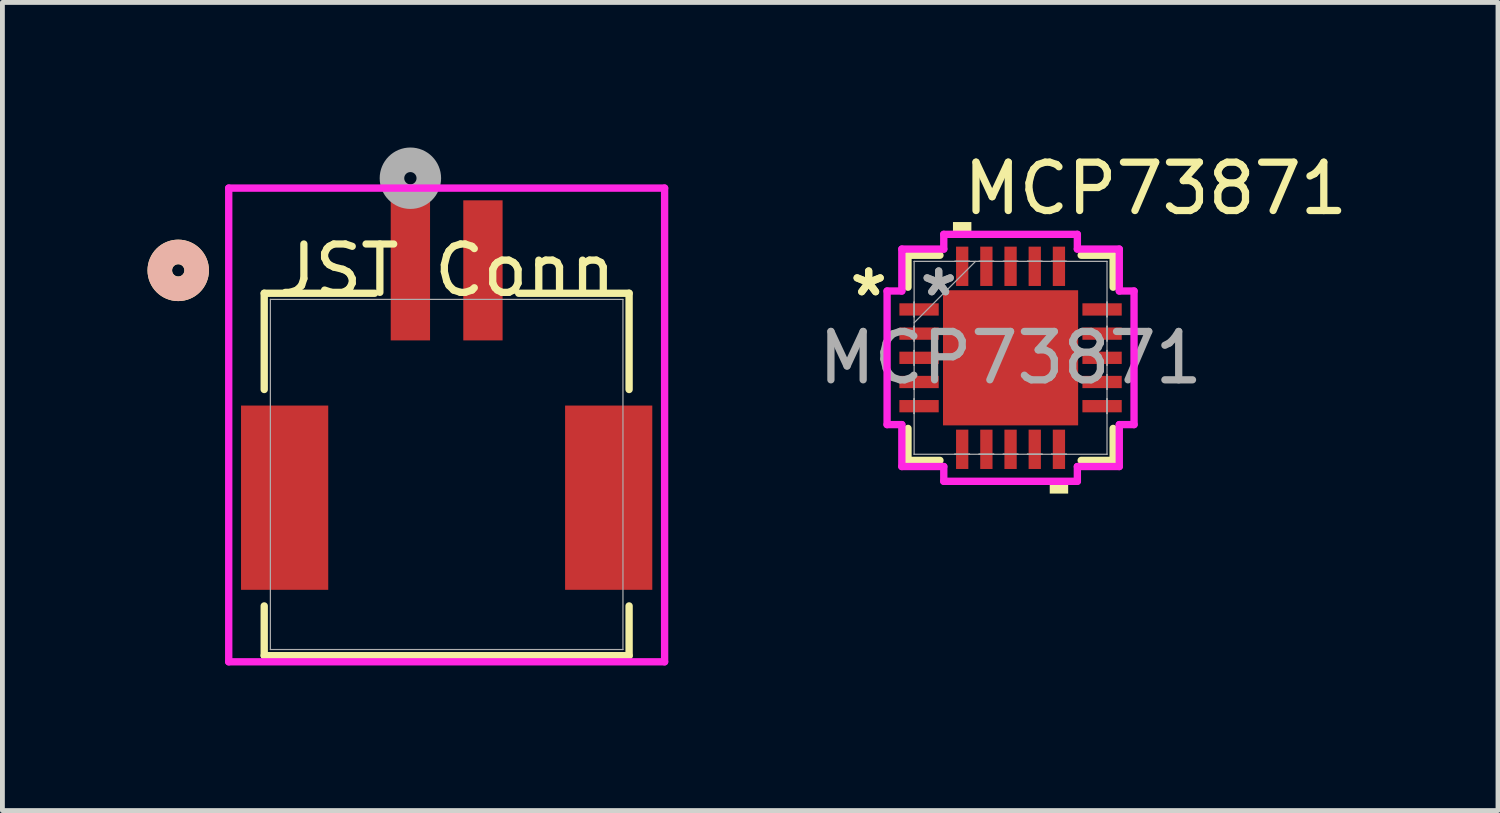
<source format=kicad_pcb>
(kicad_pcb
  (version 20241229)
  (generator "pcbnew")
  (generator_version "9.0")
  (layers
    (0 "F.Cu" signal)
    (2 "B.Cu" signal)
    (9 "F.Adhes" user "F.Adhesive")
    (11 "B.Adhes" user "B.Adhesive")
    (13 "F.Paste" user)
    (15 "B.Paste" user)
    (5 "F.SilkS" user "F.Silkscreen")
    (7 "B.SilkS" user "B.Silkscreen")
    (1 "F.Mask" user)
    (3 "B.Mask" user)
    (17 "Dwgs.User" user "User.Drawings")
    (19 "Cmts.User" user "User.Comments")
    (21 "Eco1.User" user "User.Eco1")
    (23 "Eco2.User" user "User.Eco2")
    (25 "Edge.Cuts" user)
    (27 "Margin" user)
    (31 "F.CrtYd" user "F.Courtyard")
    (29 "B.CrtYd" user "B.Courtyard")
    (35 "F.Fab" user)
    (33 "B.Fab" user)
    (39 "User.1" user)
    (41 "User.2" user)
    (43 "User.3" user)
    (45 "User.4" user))
  (footprint "MCP73871"
    (layer "F.Cu")
    (at 17.844 4.348)
    (property "Reference" "MCP73871" (at 3 -3.5 0) (unlocked yes) (layer "F.SilkS") (effects (font (size 1 1) (thickness 0.15))))
    (attr smd)
    (fp_line (start -2.121 -2.121) (end -2.121 -1.46) (stroke (width 0.152) (type solid)) (layer "F.SilkS"))
    (fp_line (start -2.121 1.46) (end -2.121 2.121) (stroke (width 0.152) (type solid)) (layer "F.SilkS"))
    (fp_line (start -2.121 2.121) (end -1.46 2.121) (stroke (width 0.152) (type solid)) (layer "F.SilkS"))
    (fp_line (start -1.46 -2.121) (end -2.121 -2.121) (stroke (width 0.152) (type solid)) (layer "F.SilkS"))
    (fp_line (start 1.46 2.121) (end 2.121 2.121) (stroke (width 0.152) (type solid)) (layer "F.SilkS"))
    (fp_line (start 2.121 -2.121) (end 1.46 -2.121) (stroke (width 0.152) (type solid)) (layer "F.SilkS"))
    (fp_line (start 2.121 -1.46) (end 2.121 -2.121) (stroke (width 0.152) (type solid)) (layer "F.SilkS"))
    (fp_line (start 2.121 2.121) (end 2.121 1.46) (stroke (width 0.152) (type solid)) (layer "F.SilkS"))
    (fp_poly (pts (xy -1.191 -2.553) (xy -1.191 -2.807) (xy -0.81 -2.807) (xy -0.81 -2.553)) (stroke (width 0) (type solid)) (fill yes) (layer "F.SilkS"))
    (fp_poly (pts (xy 0.81 2.553) (xy 0.81 2.807) (xy 1.191 2.807) (xy 1.191 2.553)) (stroke (width 0) (type solid)) (fill yes) (layer "F.SilkS"))
    (fp_poly (pts (xy -1.297 -1.297) (xy -1.297 -0.1) (xy -0.1 -0.1) (xy -0.1 -1.297)) (stroke (width 0) (type solid)) (fill yes) (layer "F.Paste"))
    (fp_poly (pts (xy -1.297 0.1) (xy -1.297 1.297) (xy -0.1 1.297) (xy -0.1 0.1)) (stroke (width 0) (type solid)) (fill yes) (layer "F.Paste"))
    (fp_poly (pts (xy 0.1 -1.297) (xy 0.1 -0.1) (xy 1.297 -0.1) (xy 1.297 -1.297)) (stroke (width 0) (type solid)) (fill yes) (layer "F.Paste"))
    (fp_poly (pts (xy 0.1 0.1) (xy 0.1 1.297) (xy 1.297 1.297) (xy 1.297 0.1)) (stroke (width 0) (type solid)) (fill yes) (layer "F.Paste"))
    (fp_line (start -2.553 -1.381) (end -2.248 -1.381) (stroke (width 0.152) (type solid)) (layer "F.CrtYd"))
    (fp_line (start -2.553 1.381) (end -2.553 -1.381) (stroke (width 0.152) (type solid)) (layer "F.CrtYd"))
    (fp_line (start -2.248 -2.248) (end -1.381 -2.248) (stroke (width 0.152) (type solid)) (layer "F.CrtYd"))
    (fp_line (start -2.248 -1.381) (end -2.248 -2.248) (stroke (width 0.152) (type solid)) (layer "F.CrtYd"))
    (fp_line (start -2.248 1.381) (end -2.553 1.381) (stroke (width 0.152) (type solid)) (layer "F.CrtYd"))
    (fp_line (start -2.248 2.248) (end -2.248 1.381) (stroke (width 0.152) (type solid)) (layer "F.CrtYd"))
    (fp_line (start -1.381 -2.553) (end 1.381 -2.553) (stroke (width 0.152) (type solid)) (layer "F.CrtYd"))
    (fp_line (start -1.381 -2.248) (end -1.381 -2.553) (stroke (width 0.152) (type solid)) (layer "F.CrtYd"))
    (fp_line (start -1.381 2.248) (end -2.248 2.248) (stroke (width 0.152) (type solid)) (layer "F.CrtYd"))
    (fp_line (start -1.381 2.553) (end -1.381 2.248) (stroke (width 0.152) (type solid)) (layer "F.CrtYd"))
    (fp_line (start 1.381 -2.553) (end 1.381 -2.248) (stroke (width 0.152) (type solid)) (layer "F.CrtYd"))
    (fp_line (start 1.381 -2.248) (end 2.248 -2.248) (stroke (width 0.152) (type solid)) (layer "F.CrtYd"))
    (fp_line (start 1.381 2.248) (end 1.381 2.553) (stroke (width 0.152) (type solid)) (layer "F.CrtYd"))
    (fp_line (start 1.381 2.553) (end -1.381 2.553) (stroke (width 0.152) (type solid)) (layer "F.CrtYd"))
    (fp_line (start 2.248 -2.248) (end 2.248 -1.381) (stroke (width 0.152) (type solid)) (layer "F.CrtYd"))
    (fp_line (start 2.248 -1.381) (end 2.553 -1.381) (stroke (width 0.152) (type solid)) (layer "F.CrtYd"))
    (fp_line (start 2.248 1.381) (end 2.248 2.248) (stroke (width 0.152) (type solid)) (layer "F.CrtYd"))
    (fp_line (start 2.248 2.248) (end 1.381 2.248) (stroke (width 0.152) (type solid)) (layer "F.CrtYd"))
    (fp_line (start 2.553 -1.381) (end 2.553 1.381) (stroke (width 0.152) (type solid)) (layer "F.CrtYd"))
    (fp_line (start 2.553 1.381) (end 2.248 1.381) (stroke (width 0.152) (type solid)) (layer "F.CrtYd"))
    (fp_line (start -1.994 -1.994) (end -1.994 -1.994) (stroke (width 0.025) (type solid)) (layer "F.Fab"))
    (fp_line (start -1.994 -1.994) (end -1.994 1.994) (stroke (width 0.025) (type solid)) (layer "F.Fab"))
    (fp_line (start -1.994 -1.152) (end -1.994 -1.152) (stroke (width 0.025) (type solid)) (layer "F.Fab"))
    (fp_line (start -1.994 -1.152) (end -1.994 -0.848) (stroke (width 0.025) (type solid)) (layer "F.Fab"))
    (fp_line (start -1.994 -0.848) (end -1.994 -1.152) (stroke (width 0.025) (type solid)) (layer "F.Fab"))
    (fp_line (start -1.994 -0.848) (end -1.994 -0.848) (stroke (width 0.025) (type solid)) (layer "F.Fab"))
    (fp_line (start -1.994 -0.724) (end -0.724 -1.994) (stroke (width 0.025) (type solid)) (layer "F.Fab"))
    (fp_line (start -1.994 -0.652) (end -1.994 -0.652) (stroke (width 0.025) (type solid)) (layer "F.Fab"))
    (fp_line (start -1.994 -0.652) (end -1.994 -0.348) (stroke (width 0.025) (type solid)) (layer "F.Fab"))
    (fp_line (start -1.994 -0.348) (end -1.994 -0.652) (stroke (width 0.025) (type solid)) (layer "F.Fab"))
    (fp_line (start -1.994 -0.348) (end -1.994 -0.348) (stroke (width 0.025) (type solid)) (layer "F.Fab"))
    (fp_line (start -1.994 -0.152) (end -1.994 -0.152) (stroke (width 0.025) (type solid)) (layer "F.Fab"))
    (fp_line (start -1.994 -0.152) (end -1.994 0.152) (stroke (width 0.025) (type solid)) (layer "F.Fab"))
    (fp_line (start -1.994 0.152) (end -1.994 -0.152) (stroke (width 0.025) (type solid)) (layer "F.Fab"))
    (fp_line (start -1.994 0.152) (end -1.994 0.152) (stroke (width 0.025) (type solid)) (layer "F.Fab"))
    (fp_line (start -1.994 0.348) (end -1.994 0.348) (stroke (width 0.025) (type solid)) (layer "F.Fab"))
    (fp_line (start -1.994 0.348) (end -1.994 0.652) (stroke (width 0.025) (type solid)) (layer "F.Fab"))
    (fp_line (start -1.994 0.652) (end -1.994 0.348) (stroke (width 0.025) (type solid)) (layer "F.Fab"))
    (fp_line (start -1.994 0.652) (end -1.994 0.652) (stroke (width 0.025) (type solid)) (layer "F.Fab"))
    (fp_line (start -1.994 0.848) (end -1.994 0.848) (stroke (width 0.025) (type solid)) (layer "F.Fab"))
    (fp_line (start -1.994 0.848) (end -1.994 1.152) (stroke (width 0.025) (type solid)) (layer "F.Fab"))
    (fp_line (start -1.994 1.152) (end -1.994 0.848) (stroke (width 0.025) (type solid)) (layer "F.Fab"))
    (fp_line (start -1.994 1.152) (end -1.994 1.152) (stroke (width 0.025) (type solid)) (layer "F.Fab"))
    (fp_line (start -1.994 1.994) (end -1.994 1.994) (stroke (width 0.025) (type solid)) (layer "F.Fab"))
    (fp_line (start -1.994 1.994) (end 1.994 1.994) (stroke (width 0.025) (type solid)) (layer "F.Fab"))
    (fp_line (start -1.152 -1.994) (end -1.152 -1.994) (stroke (width 0.025) (type solid)) (layer "F.Fab"))
    (fp_line (start -1.152 -1.994) (end -0.848 -1.994) (stroke (width 0.025) (type solid)) (layer "F.Fab"))
    (fp_line (start -1.152 1.994) (end -1.152 1.994) (stroke (width 0.025) (type solid)) (layer "F.Fab"))
    (fp_line (start -1.152 1.994) (end -0.848 1.994) (stroke (width 0.025) (type solid)) (layer "F.Fab"))
    (fp_line (start -0.848 -1.994) (end -1.152 -1.994) (stroke (width 0.025) (type solid)) (layer "F.Fab"))
    (fp_line (start -0.848 -1.994) (end -0.848 -1.994) (stroke (width 0.025) (type solid)) (layer "F.Fab"))
    (fp_line (start -0.848 1.994) (end -1.152 1.994) (stroke (width 0.025) (type solid)) (layer "F.Fab"))
    (fp_line (start -0.848 1.994) (end -0.848 1.994) (stroke (width 0.025) (type solid)) (layer "F.Fab"))
    (fp_line (start -0.652 -1.994) (end -0.652 -1.994) (stroke (width 0.025) (type solid)) (layer "F.Fab"))
    (fp_line (start -0.652 -1.994) (end -0.348 -1.994) (stroke (width 0.025) (type solid)) (layer "F.Fab"))
    (fp_line (start -0.652 1.994) (end -0.652 1.994) (stroke (width 0.025) (type solid)) (layer "F.Fab"))
    (fp_line (start -0.652 1.994) (end -0.348 1.994) (stroke (width 0.025) (type solid)) (layer "F.Fab"))
    (fp_line (start -0.348 -1.994) (end -0.652 -1.994) (stroke (width 0.025) (type solid)) (layer "F.Fab"))
    (fp_line (start -0.348 -1.994) (end -0.348 -1.994) (stroke (width 0.025) (type solid)) (layer "F.Fab"))
    (fp_line (start -0.348 1.994) (end -0.652 1.994) (stroke (width 0.025) (type solid)) (layer "F.Fab"))
    (fp_line (start -0.348 1.994) (end -0.348 1.994) (stroke (width 0.025) (type solid)) (layer "F.Fab"))
    (fp_line (start -0.152 -1.994) (end -0.152 -1.994) (stroke (width 0.025) (type solid)) (layer "F.Fab"))
    (fp_line (start -0.152 -1.994) (end 0.152 -1.994) (stroke (width 0.025) (type solid)) (layer "F.Fab"))
    (fp_line (start -0.152 1.994) (end -0.152 1.994) (stroke (width 0.025) (type solid)) (layer "F.Fab"))
    (fp_line (start -0.152 1.994) (end 0.152 1.994) (stroke (width 0.025) (type solid)) (layer "F.Fab"))
    (fp_line (start 0.152 -1.994) (end -0.152 -1.994) (stroke (width 0.025) (type solid)) (layer "F.Fab"))
    (fp_line (start 0.152 -1.994) (end 0.152 -1.994) (stroke (width 0.025) (type solid)) (layer "F.Fab"))
    (fp_line (start 0.152 1.994) (end -0.152 1.994) (stroke (width 0.025) (type solid)) (layer "F.Fab"))
    (fp_line (start 0.152 1.994) (end 0.152 1.994) (stroke (width 0.025) (type solid)) (layer "F.Fab"))
    (fp_line (start 0.348 -1.994) (end 0.348 -1.994) (stroke (width 0.025) (type solid)) (layer "F.Fab"))
    (fp_line (start 0.348 -1.994) (end 0.652 -1.994) (stroke (width 0.025) (type solid)) (layer "F.Fab"))
    (fp_line (start 0.348 1.994) (end 0.348 1.994) (stroke (width 0.025) (type solid)) (layer "F.Fab"))
    (fp_line (start 0.348 1.994) (end 0.652 1.994) (stroke (width 0.025) (type solid)) (layer "F.Fab"))
    (fp_line (start 0.652 -1.994) (end 0.348 -1.994) (stroke (width 0.025) (type solid)) (layer "F.Fab"))
    (fp_line (start 0.652 -1.994) (end 0.652 -1.994) (stroke (width 0.025) (type solid)) (layer "F.Fab"))
    (fp_line (start 0.652 1.994) (end 0.348 1.994) (stroke (width 0.025) (type solid)) (layer "F.Fab"))
    (fp_line (start 0.652 1.994) (end 0.652 1.994) (stroke (width 0.025) (type solid)) (layer "F.Fab"))
    (fp_line (start 0.848 -1.994) (end 0.848 -1.994) (stroke (width 0.025) (type solid)) (layer "F.Fab"))
    (fp_line (start 0.848 -1.994) (end 1.152 -1.994) (stroke (width 0.025) (type solid)) (layer "F.Fab"))
    (fp_line (start 0.848 1.994) (end 0.848 1.994) (stroke (width 0.025) (type solid)) (layer "F.Fab"))
    (fp_line (start 0.848 1.994) (end 1.152 1.994) (stroke (width 0.025) (type solid)) (layer "F.Fab"))
    (fp_line (start 1.152 -1.994) (end 0.848 -1.994) (stroke (width 0.025) (type solid)) (layer "F.Fab"))
    (fp_line (start 1.152 -1.994) (end 1.152 -1.994) (stroke (width 0.025) (type solid)) (layer "F.Fab"))
    (fp_line (start 1.152 1.994) (end 0.848 1.994) (stroke (width 0.025) (type solid)) (layer "F.Fab"))
    (fp_line (start 1.152 1.994) (end 1.152 1.994) (stroke (width 0.025) (type solid)) (layer "F.Fab"))
    (fp_line (start 1.994 -1.994) (end -1.994 -1.994) (stroke (width 0.025) (type solid)) (layer "F.Fab"))
    (fp_line (start 1.994 -1.994) (end 1.994 -1.994) (stroke (width 0.025) (type solid)) (layer "F.Fab"))
    (fp_line (start 1.994 -1.152) (end 1.994 -1.152) (stroke (width 0.025) (type solid)) (layer "F.Fab"))
    (fp_line (start 1.994 -1.152) (end 1.994 -0.848) (stroke (width 0.025) (type solid)) (layer "F.Fab"))
    (fp_line (start 1.994 -0.848) (end 1.994 -1.152) (stroke (width 0.025) (type solid)) (layer "F.Fab"))
    (fp_line (start 1.994 -0.848) (end 1.994 -0.848) (stroke (width 0.025) (type solid)) (layer "F.Fab"))
    (fp_line (start 1.994 -0.652) (end 1.994 -0.652) (stroke (width 0.025) (type solid)) (layer "F.Fab"))
    (fp_line (start 1.994 -0.652) (end 1.994 -0.348) (stroke (width 0.025) (type solid)) (layer "F.Fab"))
    (fp_line (start 1.994 -0.348) (end 1.994 -0.652) (stroke (width 0.025) (type solid)) (layer "F.Fab"))
    (fp_line (start 1.994 -0.348) (end 1.994 -0.348) (stroke (width 0.025) (type solid)) (layer "F.Fab"))
    (fp_line (start 1.994 -0.152) (end 1.994 -0.152) (stroke (width 0.025) (type solid)) (layer "F.Fab"))
    (fp_line (start 1.994 -0.152) (end 1.994 0.152) (stroke (width 0.025) (type solid)) (layer "F.Fab"))
    (fp_line (start 1.994 0.152) (end 1.994 -0.152) (stroke (width 0.025) (type solid)) (layer "F.Fab"))
    (fp_line (start 1.994 0.152) (end 1.994 0.152) (stroke (width 0.025) (type solid)) (layer "F.Fab"))
    (fp_line (start 1.994 0.348) (end 1.994 0.348) (stroke (width 0.025) (type solid)) (layer "F.Fab"))
    (fp_line (start 1.994 0.348) (end 1.994 0.652) (stroke (width 0.025) (type solid)) (layer "F.Fab"))
    (fp_line (start 1.994 0.652) (end 1.994 0.348) (stroke (width 0.025) (type solid)) (layer "F.Fab"))
    (fp_line (start 1.994 0.652) (end 1.994 0.652) (stroke (width 0.025) (type solid)) (layer "F.Fab"))
    (fp_line (start 1.994 0.848) (end 1.994 0.848) (stroke (width 0.025) (type solid)) (layer "F.Fab"))
    (fp_line (start 1.994 0.848) (end 1.994 1.152) (stroke (width 0.025) (type solid)) (layer "F.Fab"))
    (fp_line (start 1.994 1.152) (end 1.994 0.848) (stroke (width 0.025) (type solid)) (layer "F.Fab"))
    (fp_line (start 1.994 1.152) (end 1.994 1.152) (stroke (width 0.025) (type solid)) (layer "F.Fab"))
    (fp_line (start 1.994 1.994) (end 1.994 -1.994) (stroke (width 0.025) (type solid)) (layer "F.Fab"))
    (fp_line (start 1.994 1.994) (end 1.994 1.994) (stroke (width 0.025) (type solid)) (layer "F.Fab"))
    (fp_text user "*" (at -2.934 -1.25 0) (layer "F.SilkS") (effects (font (size 1 1) (thickness 0.15))))
    (fp_text user "*" (at -2.934 -1.25 0) (unlocked yes) (layer "F.SilkS") (effects (font (size 1 1) (thickness 0.15))))
    (fp_text user "${REFERENCE}" (at 0 0 0) (unlocked yes) (layer "F.Fab") (effects (font (size 1 1) (thickness 0.15))))
    (fp_text user "*" (at -1.486 -1.25 0) (layer "F.Fab") (effects (font (size 1 1) (thickness 0.15))))
    (fp_text user "*" (at -1.486 -1.25 0) (unlocked yes) (layer "F.Fab") (effects (font (size 1 1) (thickness 0.15))))
    (pad "1" smd rect (at -1.892 -1 90) (size 0.254 0.813) (layers "F.Cu" "F.Mask" "F.Paste"))
    (pad "2" smd rect (at -1.892 -0.5 90) (size 0.254 0.813) (layers "F.Cu" "F.Mask" "F.Paste"))
    (pad "3" smd rect (at -1.892 0 90) (size 0.254 0.813) (layers "F.Cu" "F.Mask" "F.Paste"))
    (pad "4" smd rect (at -1.892 0.5 90) (size 0.254 0.813) (layers "F.Cu" "F.Mask" "F.Paste"))
    (pad "5" smd rect (at -1.892 1 90) (size 0.254 0.813) (layers "F.Cu" "F.Mask" "F.Paste"))
    (pad "6" smd rect (at -1 1.892) (size 0.254 0.813) (layers "F.Cu" "F.Mask" "F.Paste"))
    (pad "7" smd rect (at -0.5 1.892) (size 0.254 0.813) (layers "F.Cu" "F.Mask" "F.Paste"))
    (pad "8" smd rect (at 0 1.892) (size 0.254 0.813) (layers "F.Cu" "F.Mask" "F.Paste"))
    (pad "9" smd rect (at 0.5 1.892) (size 0.254 0.813) (layers "F.Cu" "F.Mask" "F.Paste"))
    (pad "10" smd rect (at 1 1.892) (size 0.254 0.813) (layers "F.Cu" "F.Mask" "F.Paste"))
    (pad "11" smd rect (at 1.892 1 90) (size 0.254 0.813) (layers "F.Cu" "F.Mask" "F.Paste"))
    (pad "12" smd rect (at 1.892 0.5 90) (size 0.254 0.813) (layers "F.Cu" "F.Mask" "F.Paste"))
    (pad "13" smd rect (at 1.892 0 90) (size 0.254 0.813) (layers "F.Cu" "F.Mask" "F.Paste"))
    (pad "14" smd rect (at 1.892 -0.5 90) (size 0.254 0.813) (layers "F.Cu" "F.Mask" "F.Paste"))
    (pad "15" smd rect (at 1.892 -1 90) (size 0.254 0.813) (layers "F.Cu" "F.Mask" "F.Paste"))
    (pad "16" smd rect (at 1 -1.892) (size 0.254 0.813) (layers "F.Cu" "F.Mask" "F.Paste"))
    (pad "17" smd rect (at 0.5 -1.892) (size 0.254 0.813) (layers "F.Cu" "F.Mask" "F.Paste"))
    (pad "18" smd rect (at 0 -1.892) (size 0.254 0.813) (layers "F.Cu" "F.Mask" "F.Paste"))
    (pad "19" smd rect (at -0.5 -1.892) (size 0.254 0.813) (layers "F.Cu" "F.Mask" "F.Paste"))
    (pad "20" smd rect (at -1 -1.892) (size 0.254 0.813) (layers "F.Cu" "F.Mask" "F.Paste"))
    (pad "21" smd rect (at 0 0) (size 2.794 2.794) (layers "F.Cu" "F.Mask" "F.Paste")))
  (footprint "JST Conn"
    (layer "F.Cu")
    (at 6.185 6.76)
    (property "Reference" "JST Conn" (at 0 -4.22 0) (unlocked yes) (layer "F.SilkS") (effects (font (size 1 1) (thickness 0.15))))
    (attr smd)
    (fp_line (start -3.772 -3.747) (end -3.772 -1.757) (stroke (width 0.152) (type solid)) (layer "F.SilkS"))
    (fp_line (start -3.772 2.718) (end -3.772 3.746) (stroke (width 0.152) (type solid)) (layer "F.SilkS"))
    (fp_line (start -3.772 3.746) (end 3.772 3.746) (stroke (width 0.152) (type solid)) (layer "F.SilkS"))
    (fp_line (start -1.489 -3.747) (end -3.772 -3.747) (stroke (width 0.152) (type solid)) (layer "F.SilkS"))
    (fp_line (start 3.772 -3.747) (end 1.489 -3.747) (stroke (width 0.152) (type solid)) (layer "F.SilkS"))
    (fp_line (start 3.772 -1.757) (end 3.772 -3.747) (stroke (width 0.152) (type solid)) (layer "F.SilkS"))
    (fp_line (start 3.772 3.746) (end 3.772 2.718) (stroke (width 0.152) (type solid)) (layer "F.SilkS"))
    (fp_circle (center -5.55 -4.22) (end -5.169 -4.22) (stroke (width 0.508) (type solid)) (fill no) (layer "F.SilkS"))
    (fp_circle (center -5.55 -4.22) (end -5.169 -4.22) (stroke (width 0.508) (type solid)) (fill no) (layer "B.SilkS"))
    (fp_line (start -4.506 -5.921) (end -4.506 3.873) (stroke (width 0.152) (type solid)) (layer "F.CrtYd"))
    (fp_line (start -4.506 3.873) (end 4.506 3.873) (stroke (width 0.152) (type solid)) (layer "F.CrtYd"))
    (fp_line (start 4.506 -5.921) (end -4.506 -5.921) (stroke (width 0.152) (type solid)) (layer "F.CrtYd"))
    (fp_line (start 4.506 3.873) (end 4.506 -5.921) (stroke (width 0.152) (type solid)) (layer "F.CrtYd"))
    (fp_line (start -3.645 -3.62) (end -3.645 3.619) (stroke (width 0.025) (type solid)) (layer "F.Fab"))
    (fp_line (start -3.645 3.619) (end 3.645 3.619) (stroke (width 0.025) (type solid)) (layer "F.Fab"))
    (fp_line (start 3.645 -3.62) (end -3.645 -3.62) (stroke (width 0.025) (type solid)) (layer "F.Fab"))
    (fp_line (start 3.645 3.619) (end 3.645 -3.62) (stroke (width 0.025) (type solid)) (layer "F.Fab"))
    (fp_circle (center -0.75 -6.125) (end -0.369 -6.125) (stroke (width 0.508) (type solid)) (fill no) (layer "F.Fab"))
    (pad "1" smd rect (at -0.75 -4.22) (size 0.813 2.896) (layers "F.Cu" "F.Mask" "F.Paste"))
    (pad "2" smd rect (at 0.75 -4.22) (size 0.813 2.896) (layers "F.Cu" "F.Mask" "F.Paste"))
    (pad "3" smd rect (at -3.35 0.48) (size 1.803 3.81) (layers "F.Cu" "F.Mask" "F.Paste"))
    (pad "4" smd rect (at 3.35 0.48) (size 1.803 3.81) (layers "F.Cu" "F.Mask" "F.Paste")))
  (gr_rect
    (start -3 -3)
    (end 27.922 13.709)
    (stroke (width 0.1) (type default))
    (fill no)
    (layer "Edge.Cuts")))
</source>
